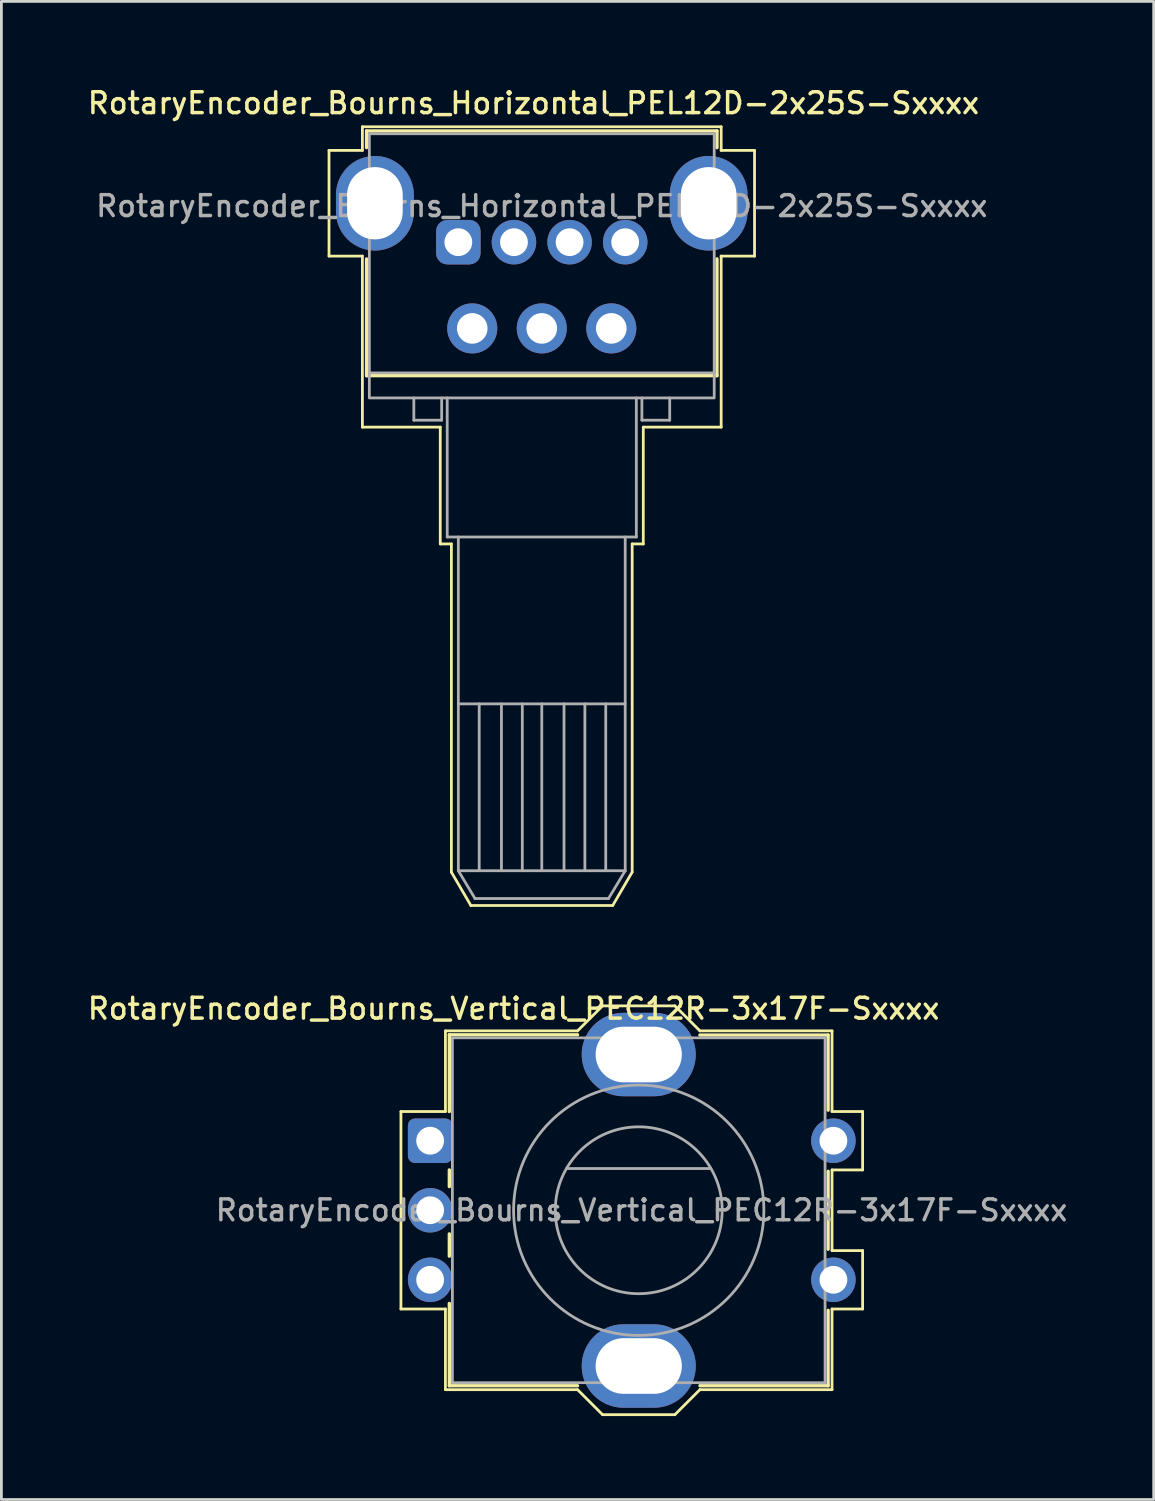
<source format=kicad_pcb>
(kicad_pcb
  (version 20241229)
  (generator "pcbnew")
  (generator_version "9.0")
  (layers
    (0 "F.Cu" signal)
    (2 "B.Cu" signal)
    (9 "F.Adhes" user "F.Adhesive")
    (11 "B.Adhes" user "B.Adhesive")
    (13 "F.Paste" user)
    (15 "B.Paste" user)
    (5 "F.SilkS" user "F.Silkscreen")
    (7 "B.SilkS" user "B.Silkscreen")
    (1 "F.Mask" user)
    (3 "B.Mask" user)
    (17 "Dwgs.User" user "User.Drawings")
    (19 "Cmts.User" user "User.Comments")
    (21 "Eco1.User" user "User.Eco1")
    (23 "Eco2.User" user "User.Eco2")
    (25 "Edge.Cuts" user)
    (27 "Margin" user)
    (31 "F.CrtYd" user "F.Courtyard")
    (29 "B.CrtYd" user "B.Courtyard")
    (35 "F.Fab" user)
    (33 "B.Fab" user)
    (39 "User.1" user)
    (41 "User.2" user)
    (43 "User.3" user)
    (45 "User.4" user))
  (footprint "RotaryEncoder_Bourns_Horizontal_PEL12D-2x25S-Sxxxx"
    (layer "F.Cu")
    (at 13.43 5.658)
    (property "Reference" "RotaryEncoder_Bourns_Horizontal_PEL12D-2x25S-Sxxxx" (at 2.7 -5 0) (layer "F.SilkS") (effects (font (size 0.75 0.75) (thickness 0.125))))
    (attr through_hole)
    (fp_line (start -4.65 -3.3) (end -4.65 0.5) (stroke (width 0.1) (type default)) (layer "F.SilkS"))
    (fp_line (start -4.65 0.5) (end -3.45 0.5) (stroke (width 0.1) (type default)) (layer "F.SilkS"))
    (fp_line (start -3.45 -4.15) (end -3.45 -3.3) (stroke (width 0.1) (type default)) (layer "F.SilkS"))
    (fp_line (start -3.45 -3.3) (end -4.65 -3.3) (stroke (width 0.1) (type default)) (layer "F.SilkS"))
    (fp_line (start -3.45 0.5) (end -3.45 6.65) (stroke (width 0.1) (type default)) (layer "F.SilkS"))
    (fp_line (start -3.3 -4) (end -3.3 -3.4) (stroke (width 0.12) (type default)) (layer "F.SilkS"))
    (fp_line (start -3.3 0.6) (end -3.3 4.8) (stroke (width 0.12) (type default)) (layer "F.SilkS"))
    (fp_line (start -3.3 4.8) (end 9.3 4.8) (stroke (width 0.12) (type default)) (layer "F.SilkS"))
    (fp_line (start -0.65 6.65) (end -3.45 6.65) (stroke (width 0.1) (type default)) (layer "F.SilkS"))
    (fp_line (start -0.65 10.85) (end -0.65 6.65) (stroke (width 0.1) (type default)) (layer "F.SilkS"))
    (fp_line (start -0.65 10.85) (end -0.25 10.85) (stroke (width 0.1) (type default)) (layer "F.SilkS"))
    (fp_line (start -0.25 10.85) (end -0.25 22.65) (stroke (width 0.1) (type default)) (layer "F.SilkS"))
    (fp_line (start -0.25 22.65) (end 0.45 23.85) (stroke (width 0.1) (type default)) (layer "F.SilkS"))
    (fp_line (start 0.45 23.85) (end 5.55 23.85) (stroke (width 0.1) (type default)) (layer "F.SilkS"))
    (fp_line (start 6.25 10.85) (end 6.65 10.85) (stroke (width 0.1) (type default)) (layer "F.SilkS"))
    (fp_line (start 6.25 22.65) (end 5.55 23.85) (stroke (width 0.1) (type default)) (layer "F.SilkS"))
    (fp_line (start 6.25 22.65) (end 6.25 10.85) (stroke (width 0.1) (type default)) (layer "F.SilkS"))
    (fp_line (start 6.65 6.65) (end 9.45 6.65) (stroke (width 0.1) (type default)) (layer "F.SilkS"))
    (fp_line (start 6.65 10.85) (end 6.65 6.65) (stroke (width 0.1) (type default)) (layer "F.SilkS"))
    (fp_line (start 9.3 -4) (end -3.3 -4) (stroke (width 0.12) (type default)) (layer "F.SilkS"))
    (fp_line (start 9.3 -3.4) (end 9.3 -4) (stroke (width 0.12) (type default)) (layer "F.SilkS"))
    (fp_line (start 9.3 4.8) (end 9.3 0.6) (stroke (width 0.12) (type default)) (layer "F.SilkS"))
    (fp_line (start 9.45 -4.15) (end -3.45 -4.15) (stroke (width 0.1) (type default)) (layer "F.SilkS"))
    (fp_line (start 9.45 -3.3) (end 9.45 -4.15) (stroke (width 0.1) (type default)) (layer "F.SilkS"))
    (fp_line (start 9.45 0.5) (end 10.65 0.5) (stroke (width 0.1) (type default)) (layer "F.SilkS"))
    (fp_line (start 9.45 6.65) (end 9.45 0.5) (stroke (width 0.1) (type default)) (layer "F.SilkS"))
    (fp_line (start 10.65 -3.3) (end 9.45 -3.3) (stroke (width 0.1) (type default)) (layer "F.SilkS"))
    (fp_line (start 10.65 0.5) (end 10.65 -3.3) (stroke (width 0.1) (type default)) (layer "F.SilkS"))
    (fp_line (start -1.6 5.6) (end -1.6 6.4) (stroke (width 0.1) (type default)) (layer "F.Fab"))
    (fp_line (start -1.6 6.4) (end -0.6 6.4) (stroke (width 0.1) (type default)) (layer "F.Fab"))
    (fp_line (start -0.6 6.4) (end -0.6 5.6) (stroke (width 0.1) (type default)) (layer "F.Fab"))
    (fp_line (start -0.4 10.6) (end -0.4 5.6) (stroke (width 0.1) (type default)) (layer "F.Fab"))
    (fp_line (start 0 22.6) (end 0 10.6) (stroke (width 0.1) (type default)) (layer "F.Fab"))
    (fp_line (start 0 22.6) (end 0.6 23.6) (stroke (width 0.1) (type default)) (layer "F.Fab"))
    (fp_line (start 0.75 22.6) (end 0.75 16.6) (stroke (width 0.1) (type default)) (layer "F.Fab"))
    (fp_line (start 1.55 22.6) (end 1.55 16.6) (stroke (width 0.1) (type default)) (layer "F.Fab"))
    (fp_line (start 2.3 22.6) (end 2.3 16.6) (stroke (width 0.1) (type default)) (layer "F.Fab"))
    (fp_line (start 3 22.6) (end 3 16.6) (stroke (width 0.1) (type default)) (layer "F.Fab"))
    (fp_line (start 3.8 22.6) (end 3.8 16.6) (stroke (width 0.1) (type default)) (layer "F.Fab"))
    (fp_line (start 4.55 22.6) (end 4.55 16.6) (stroke (width 0.1) (type default)) (layer "F.Fab"))
    (fp_line (start 5.3 22.6) (end 5.3 16.6) (stroke (width 0.1) (type default)) (layer "F.Fab"))
    (fp_line (start 5.4 23.6) (end 0.6 23.6) (stroke (width 0.1) (type default)) (layer "F.Fab"))
    (fp_line (start 6 10.6) (end 6 22.6) (stroke (width 0.1) (type default)) (layer "F.Fab"))
    (fp_line (start 6 16.6) (end 0 16.6) (stroke (width 0.1) (type default)) (layer "F.Fab"))
    (fp_line (start 6 22.6) (end 0 22.6) (stroke (width 0.1) (type default)) (layer "F.Fab"))
    (fp_line (start 6 22.6) (end 5.4 23.6) (stroke (width 0.1) (type default)) (layer "F.Fab"))
    (fp_line (start 6.4 5.6) (end 6.4 10.6) (stroke (width 0.1) (type default)) (layer "F.Fab"))
    (fp_line (start 6.4 10.6) (end -0.4 10.6) (stroke (width 0.1) (type default)) (layer "F.Fab"))
    (fp_line (start 6.6 6.4) (end 6.6 5.6) (stroke (width 0.1) (type default)) (layer "F.Fab"))
    (fp_line (start 7.6 5.6) (end 7.6 6.4) (stroke (width 0.1) (type default)) (layer "F.Fab"))
    (fp_line (start 7.6 6.4) (end 6.6 6.4) (stroke (width 0.1) (type default)) (layer "F.Fab"))
    (fp_line (start 9.2 4.7) (end -3.2 4.7) (stroke (width 0.1) (type default)) (layer "F.Fab"))
    (fp_rect (start -3.2 -3.9) (end 9.2 5.6) (stroke (width 0.1) (type default)) (fill no) (layer "F.Fab"))
    (fp_text user "${REFERENCE}" (at 3 -1.3 0) (layer "F.Fab") (effects (font (size 0.75 0.75) (thickness 0.125))))
    (pad "1" thru_hole roundrect (at 0 0 270) (size 1.6 1.6) (drill 1) (layers "*.Cu" "*.Mask") (roundrect_rratio 0.25))
    (pad "2" thru_hole circle (at 2 0 270) (size 1.6 1.6) (drill 1) (layers "*.Cu" "*.Mask"))
    (pad "3" thru_hole circle (at 4 0 270) (size 1.6 1.6) (drill 1) (layers "*.Cu" "*.Mask"))
    (pad "4" thru_hole circle (at 6 0 270) (size 1.6 1.6) (drill 1) (layers "*.Cu" "*.Mask"))
    (pad "A" thru_hole circle (at 0.5 3.1 270) (size 1.8 1.8) (drill 1.1) (layers "*.Cu" "*.Mask"))
    (pad "B" thru_hole circle (at 3 3.1 270) (size 1.8 1.8) (drill 1.1) (layers "*.Cu" "*.Mask"))
    (pad "C" thru_hole circle (at 5.5 3.1 270) (size 1.8 1.8) (drill 1.1) (layers "*.Cu" "*.Mask"))
    (pad "SH" thru_hole oval (at -3 -1.4 270) (size 3.4 2.8) (drill oval 2.6 2) (layers "*.Cu" "*.Mask"))
    (pad "SH" thru_hole oval (at 9 -1.4 270) (size 3.4 2.8) (drill oval 2.6 2) (layers "*.Cu" "*.Mask"))
    (zone (net_name "") (layer "F.Cu") (hatch edge 0.5) (connect_pads) (min_thickness 0.25) (filled_areas_thickness no) (keepout (tracks not_allowed) (vias not_allowed) (pads not_allowed) (copperpour allowed) (footprints allowed)) (placement (enabled no)) (fill) (polygon (pts (xy 10.73 2.458) (xy 10.73 1.558) (xy 10.03 1.558) (xy 10.03 2.458))))
    (zone (net_name "") (layer "F.Cu") (hatch edge 0.5) (connect_pads) (min_thickness 0.25) (filled_areas_thickness no) (keepout (tracks not_allowed) (vias not_allowed) (pads not_allowed) (copperpour allowed) (footprints allowed)) (placement (enabled no)) (fill) (polygon (pts (xy 22.83 2.458) (xy 22.83 1.558) (xy 22.13 1.558) (xy 22.13 2.458))))
    (zone (net_name "") (layers "F.Cu" "F.Fab") (hatch edge 0.5) (connect_pads) (min_thickness 0.25) (filled_areas_thickness no) (keepout (tracks not_allowed) (vias not_allowed) (pads not_allowed) (copperpour allowed) (footprints allowed)) (placement (enabled no)) (fill) (polygon (pts (xy 10.73 10.558) (xy 10.73 9.258) (xy 9.98 9.258) (xy 9.98 10.558))))
    (zone (net_name "") (layers "F.Cu" "F.Fab") (hatch edge 0.5) (connect_pads) (min_thickness 0.25) (filled_areas_thickness no) (keepout (tracks not_allowed) (vias not_allowed) (pads not_allowed) (copperpour allowed) (footprints allowed)) (placement (enabled no)) (fill) (polygon (pts (xy 22.88 10.558) (xy 22.88 9.258) (xy 22.13 9.258) (xy 22.13 10.558)))))
  (footprint "RotaryEncoder_Bourns_Vertical_PEC12R-3x17F-Sxxxx"
    (layer "F.Cu")
    (at 12.416 37.966)
    (property "Reference" "RotaryEncoder_Bourns_Vertical_PEC12R-3x17F-Sxxxx" (at 3 -4.75 180) (layer "F.SilkS") (effects (font (size 0.75 0.75) (thickness 0.125))))
    (attr through_hole)
    (fp_line (start -1.05 -1.05) (end 0.55 -1.05) (stroke (width 0.1) (type solid)) (layer "F.SilkS"))
    (fp_line (start -1.05 6.05) (end -1.05 -1.05) (stroke (width 0.1) (type solid)) (layer "F.SilkS"))
    (fp_line (start 0.55 -3.95) (end 5.3 -3.95) (stroke (width 0.1) (type solid)) (layer "F.SilkS"))
    (fp_line (start 0.55 -1.05) (end 0.55 -3.95) (stroke (width 0.1) (type solid)) (layer "F.SilkS"))
    (fp_line (start 0.55 6.05) (end -1.05 6.05) (stroke (width 0.1) (type solid)) (layer "F.SilkS"))
    (fp_line (start 0.55 8.95) (end 0.55 6.05) (stroke (width 0.1) (type solid)) (layer "F.SilkS"))
    (fp_line (start 0.69 -3.81) (end 5.3 -3.81) (stroke (width 0.12) (type solid)) (layer "F.SilkS"))
    (fp_line (start 0.69 -1.05) (end 0.69 -3.81) (stroke (width 0.12) (type solid)) (layer "F.SilkS"))
    (fp_line (start 0.69 1.05) (end 0.69 1.65) (stroke (width 0.12) (type solid)) (layer "F.SilkS"))
    (fp_line (start 0.69 3.35) (end 0.69 4.15) (stroke (width 0.12) (type solid)) (layer "F.SilkS"))
    (fp_line (start 0.69 5.85) (end 0.69 8.81) (stroke (width 0.12) (type solid)) (layer "F.SilkS"))
    (fp_line (start 5.3 -3.95) (end 6.2 -4.85) (stroke (width 0.1) (type solid)) (layer "F.SilkS"))
    (fp_line (start 5.3 8.81) (end 0.69 8.81) (stroke (width 0.12) (type solid)) (layer "F.SilkS"))
    (fp_line (start 5.3 8.95) (end 0.55 8.95) (stroke (width 0.1) (type solid)) (layer "F.SilkS"))
    (fp_line (start 5.3 8.95) (end 6.2 9.85) (stroke (width 0.1) (type solid)) (layer "F.SilkS"))
    (fp_line (start 6.2 -4.85) (end 8.8 -4.85) (stroke (width 0.1) (type solid)) (layer "F.SilkS"))
    (fp_line (start 8.8 9.85) (end 6.2 9.85) (stroke (width 0.1) (type solid)) (layer "F.SilkS"))
    (fp_line (start 9.7 -3.95) (end 8.8 -4.85) (stroke (width 0.1) (type solid)) (layer "F.SilkS"))
    (fp_line (start 9.7 -3.95) (end 14.45 -3.95) (stroke (width 0.1) (type solid)) (layer "F.SilkS"))
    (fp_line (start 9.7 -3.8) (end 14.31 -3.8) (stroke (width 0.12) (type solid)) (layer "F.SilkS"))
    (fp_line (start 9.7 8.95) (end 8.8 9.85) (stroke (width 0.1) (type solid)) (layer "F.SilkS"))
    (fp_line (start 14.31 -3.8) (end 14.31 -1.1) (stroke (width 0.12) (type solid)) (layer "F.SilkS"))
    (fp_line (start 14.31 1.1) (end 14.31 3.9) (stroke (width 0.12) (type solid)) (layer "F.SilkS"))
    (fp_line (start 14.31 6.1) (end 14.31 8.81) (stroke (width 0.12) (type solid)) (layer "F.SilkS"))
    (fp_line (start 14.31 8.81) (end 9.7 8.81) (stroke (width 0.12) (type solid)) (layer "F.SilkS"))
    (fp_line (start 14.45 -3.95) (end 14.45 -1.05) (stroke (width 0.1) (type solid)) (layer "F.SilkS"))
    (fp_line (start 14.45 -1.05) (end 15.55 -1.05) (stroke (width 0.1) (type default)) (layer "F.SilkS"))
    (fp_line (start 14.45 1.05) (end 14.45 3.95) (stroke (width 0.1) (type solid)) (layer "F.SilkS"))
    (fp_line (start 14.45 3.95) (end 15.55 3.95) (stroke (width 0.1) (type default)) (layer "F.SilkS"))
    (fp_line (start 14.45 6.05) (end 14.45 8.95) (stroke (width 0.1) (type solid)) (layer "F.SilkS"))
    (fp_line (start 14.45 8.95) (end 9.7 8.95) (stroke (width 0.1) (type solid)) (layer "F.SilkS"))
    (fp_line (start 15.55 -1.05) (end 15.55 1.05) (stroke (width 0.1) (type default)) (layer "F.SilkS"))
    (fp_line (start 15.55 1.05) (end 14.45 1.05) (stroke (width 0.1) (type default)) (layer "F.SilkS"))
    (fp_line (start 15.55 3.95) (end 15.55 6.05) (stroke (width 0.1) (type default)) (layer "F.SilkS"))
    (fp_line (start 15.55 6.05) (end 14.45 6.05) (stroke (width 0.1) (type default)) (layer "F.SilkS"))
    (fp_line (start 0.8 -3.7) (end 0.8 8.7) (stroke (width 0.1) (type solid)) (layer "F.Fab"))
    (fp_line (start 0.8 8.7) (end 14.2 8.7) (stroke (width 0.1) (type solid)) (layer "F.Fab"))
    (fp_line (start 4.91 1) (end 10.09 1) (stroke (width 0.1) (type default)) (layer "F.Fab"))
    (fp_line (start 14.2 -3.7) (end 0.8 -3.7) (stroke (width 0.1) (type solid)) (layer "F.Fab"))
    (fp_line (start 14.2 8.7) (end 14.2 -3.7) (stroke (width 0.1) (type solid)) (layer "F.Fab"))
    (fp_circle (center 7.5 2.5) (end 10.5 2.5) (stroke (width 0.1) (type solid)) (fill no) (layer "F.Fab"))
    (fp_circle (center 7.5 2.5) (end 12 2.5) (stroke (width 0.1) (type default)) (fill no) (layer "F.Fab"))
    (fp_text user "${REFERENCE}" (at 7.6 2.5 180) (layer "F.Fab") (effects (font (size 0.75 0.75) (thickness 0.125))))
    (pad "A" thru_hole roundrect (at 0 0) (size 1.6 1.6) (drill 1) (layers "*.Cu" "*.Mask") (roundrect_rratio 0.156))
    (pad "B" thru_hole circle (at 0 5) (size 1.6 1.6) (drill 1) (layers "*.Cu" "*.Mask"))
    (pad "C" thru_hole circle (at 0 2.5) (size 1.6 1.6) (drill 1) (layers "*.Cu" "*.Mask"))
    (pad "S1" thru_hole circle (at 14.5 0) (size 1.6 1.6) (drill 1) (layers "*.Cu" "*.Mask"))
    (pad "S2" thru_hole circle (at 14.5 5) (size 1.6 1.6) (drill 1) (layers "*.Cu" "*.Mask"))
    (pad "SH" thru_hole oval (at 7.5 -3.1) (size 4.1 3) (drill oval 3.1 2) (layers "*.Cu" "*.Mask"))
    (pad "SH" thru_hole oval (at 7.5 8.1) (size 4.1 3) (drill oval 3.1 2) (layers "*.Cu" "*.Mask")))
  (gr_rect
    (start -3 -3)
    (end 38.432 50.866)
    (stroke (width 0.1) (type default))
    (fill no)
    (layer "Edge.Cuts")))
</source>
